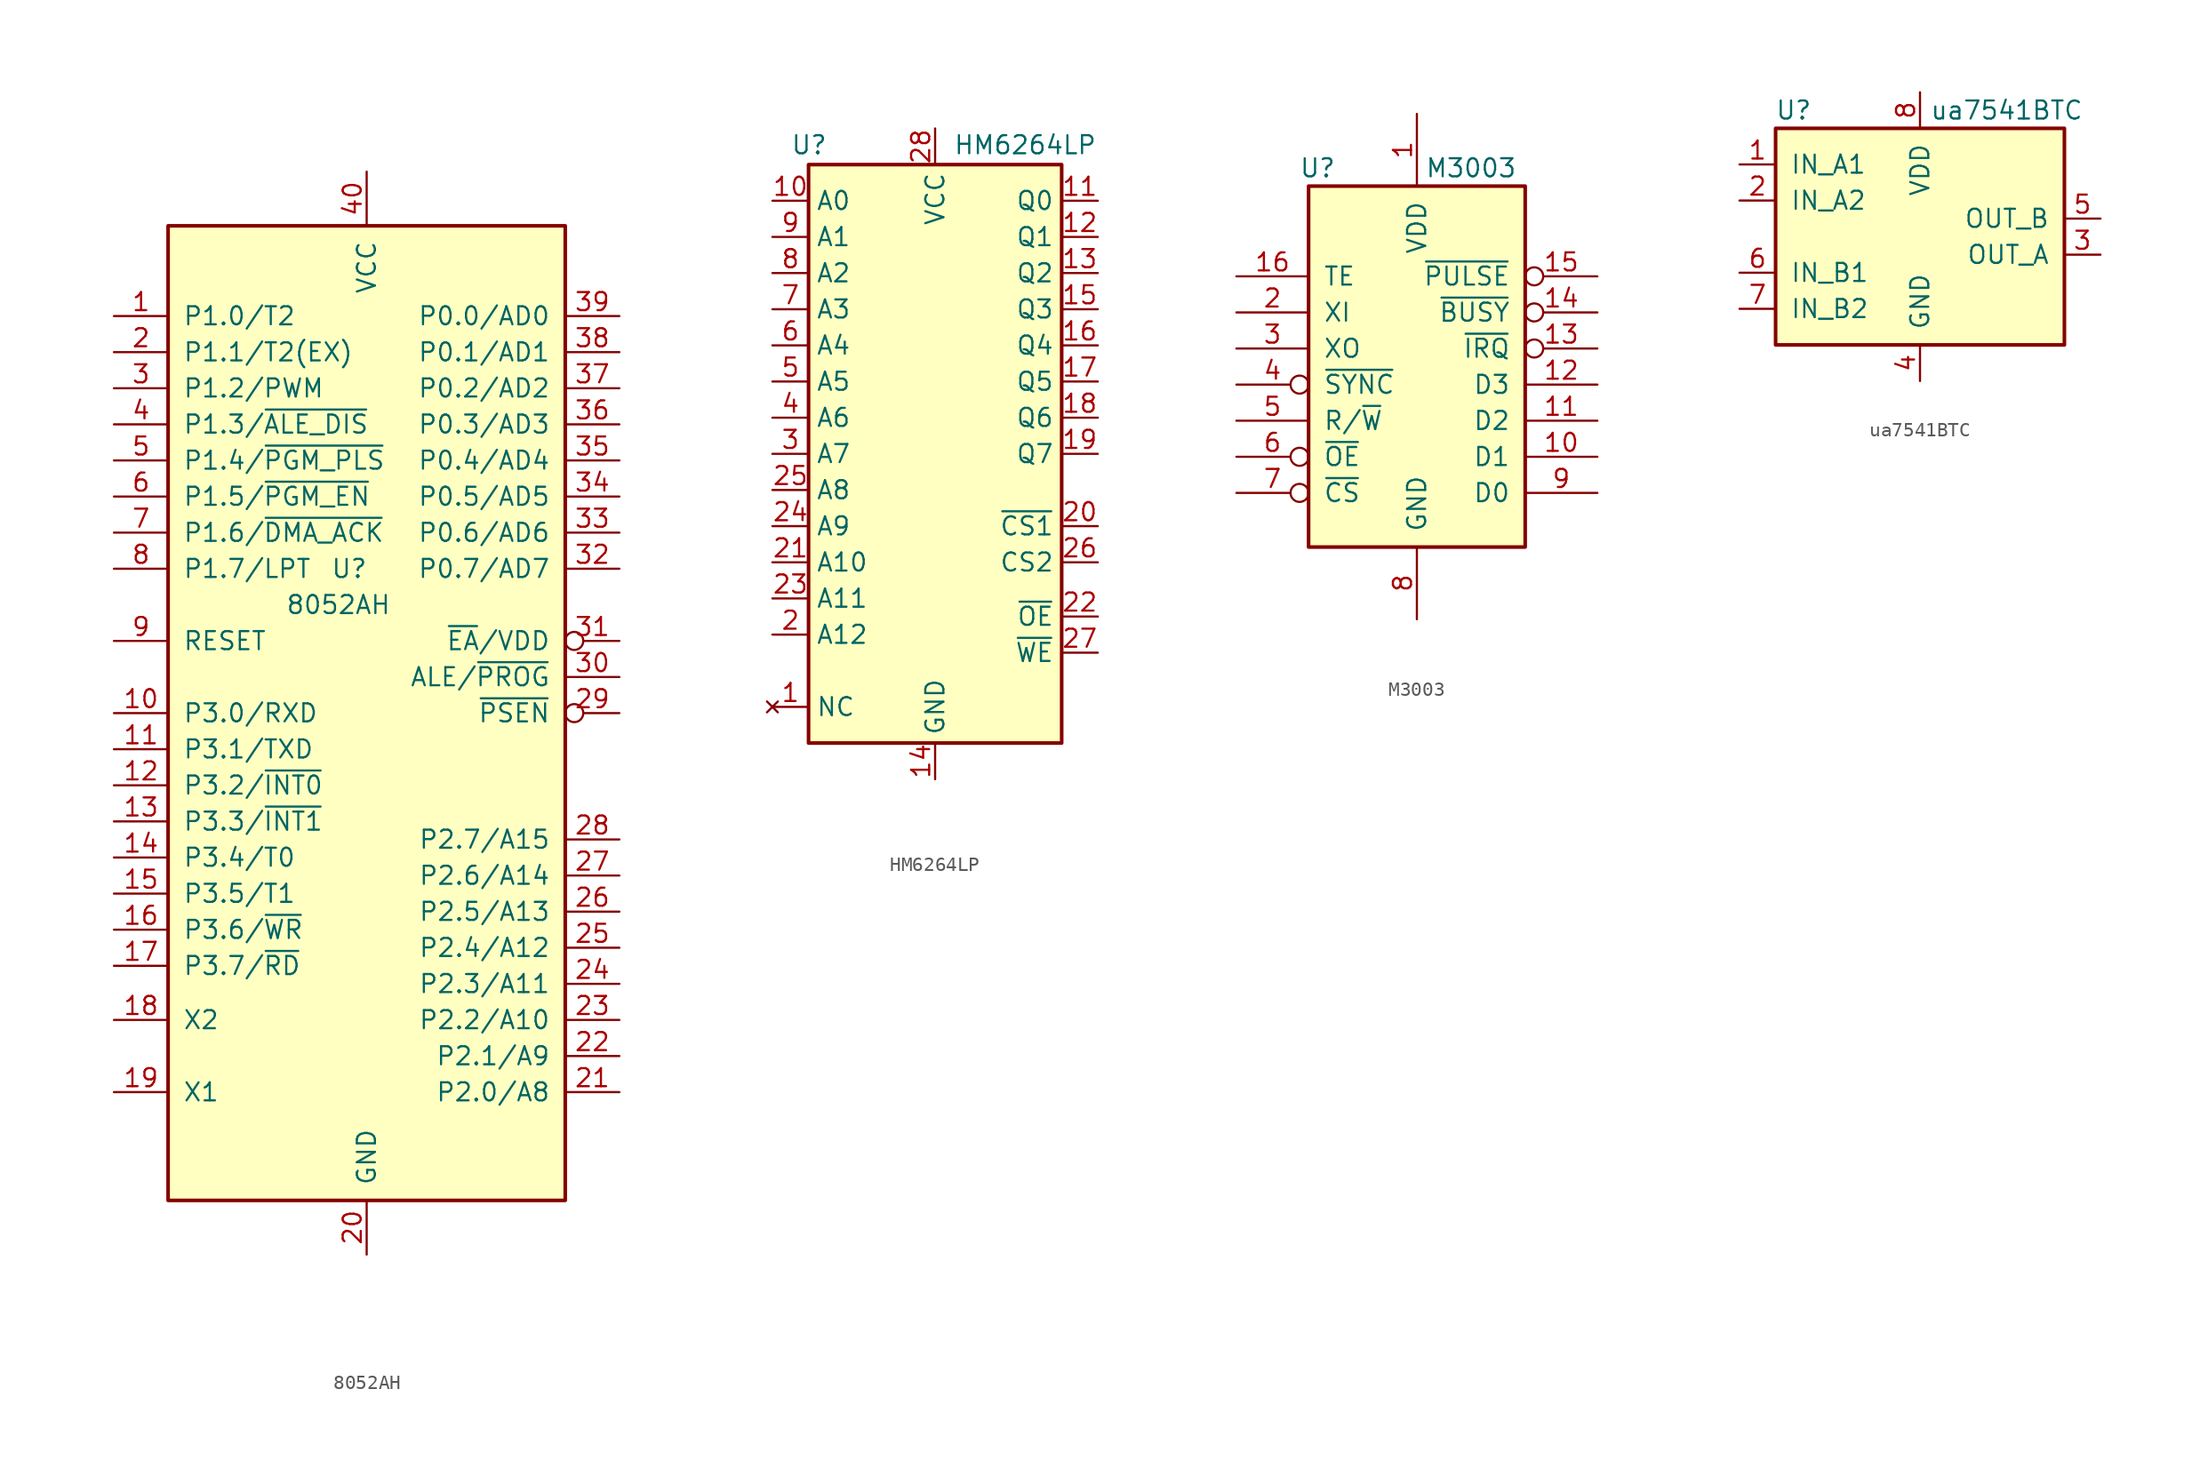
<source format=kicad_sym>
(kicad_symbol_lib
  (version 20241209)
  (generator "kicad_symbol_editor")
  (generator_version "9.0")
  (symbol "8052AH"
    (pin_names
      (offset 1.016))
    (property "Reference" "U"
      (at -2.54 10.16 0)
      (effects (font (size 1.27 1.27)) (justify left)))
    (property "Value" "8052AH"
      (at -5.715 7.62 0)
      (effects (font (size 1.27 1.27)) (justify left)))
    (symbol "8052AH_1_1"
      (rectangle (start -13.97 -34.29) (end 13.97 34.29) (stroke (width 0.254) (type solid)) (fill (type background)))
      (pin bidirectional line (at -17.78 27.94 0) (length 3.81) (name "P1.0/T2" (effects (font (size 1.27 1.27)))) (number "1" (effects (font (size 1.27 1.27)))))
      (pin bidirectional line (at -17.78 25.4 0) (length 3.81) (name "P1.1/T2(EX)" (effects (font (size 1.27 1.27)))) (number "2" (effects (font (size 1.27 1.27)))))
      (pin bidirectional line (at -17.78 22.86 0) (length 3.81) (name "P1.2/PWM" (effects (font (size 1.27 1.27)))) (number "3" (effects (font (size 1.27 1.27)))))
      (pin bidirectional line (at -17.78 20.32 0) (length 3.81) (name "P1.3/~{ALE_DIS}" (effects (font (size 1.27 1.27)))) (number "4" (effects (font (size 1.27 1.27)))))
      (pin bidirectional line (at -17.78 17.78 0) (length 3.81) (name "P1.4/~{PGM_PLS}" (effects (font (size 1.27 1.27)))) (number "5" (effects (font (size 1.27 1.27)))))
      (pin bidirectional line (at -17.78 15.24 0) (length 3.81) (name "P1.5/~{PGM_EN}" (effects (font (size 1.27 1.27)))) (number "6" (effects (font (size 1.27 1.27)))))
      (pin bidirectional line (at -17.78 12.7 0) (length 3.81) (name "P1.6/~{DMA_ACK}" (effects (font (size 1.27 1.27)))) (number "7" (effects (font (size 1.27 1.27)))))
      (pin bidirectional line (at -17.78 10.16 0) (length 3.81) (name "P1.7/LPT" (effects (font (size 1.27 1.27)))) (number "8" (effects (font (size 1.27 1.27)))))
      (pin input line (at -17.78 5.08 0) (length 3.81) (name "RESET" (effects (font (size 1.27 1.27)))) (number "9" (effects (font (size 1.27 1.27)))))
      (pin bidirectional line (at -17.78 0 0) (length 3.81) (name "P3.0/RXD" (effects (font (size 1.27 1.27)))) (number "10" (effects (font (size 1.27 1.27)))))
      (pin bidirectional line (at -17.78 -2.54 0) (length 3.81) (name "P3.1/TXD" (effects (font (size 1.27 1.27)))) (number "11" (effects (font (size 1.27 1.27)))))
      (pin bidirectional line (at -17.78 -5.08 0) (length 3.81) (name "P3.2/~{INT0}" (effects (font (size 1.27 1.27)))) (number "12" (effects (font (size 1.27 1.27)))))
      (pin bidirectional line (at -17.78 -7.62 0) (length 3.81) (name "P3.3/~{INT1}" (effects (font (size 1.27 1.27)))) (number "13" (effects (font (size 1.27 1.27)))))
      (pin bidirectional line (at -17.78 -10.16 0) (length 3.81) (name "P3.4/T0" (effects (font (size 1.27 1.27)))) (number "14" (effects (font (size 1.27 1.27)))))
      (pin bidirectional line (at -17.78 -12.7 0) (length 3.81) (name "P3.5/T1" (effects (font (size 1.27 1.27)))) (number "15" (effects (font (size 1.27 1.27)))))
      (pin bidirectional line (at -17.78 -15.24 0) (length 3.81) (name "P3.6/~{WR}" (effects (font (size 1.27 1.27)))) (number "16" (effects (font (size 1.27 1.27)))))
      (pin bidirectional line (at -17.78 -17.78 0) (length 3.81) (name "P3.7/~{RD}" (effects (font (size 1.27 1.27)))) (number "17" (effects (font (size 1.27 1.27)))))
      (pin input line (at -17.78 -21.59 0) (length 3.81) (name "X2" (effects (font (size 1.27 1.27)))) (number "18" (effects (font (size 1.27 1.27)))))
      (pin input line (at -17.78 -26.67 0) (length 3.81) (name "X1" (effects (font (size 1.27 1.27)))) (number "19" (effects (font (size 1.27 1.27)))))
      (pin power_in line (at 0 38.1 270) (length 3.81) (name "VCC" (effects (font (size 1.27 1.27)))) (number "40" (effects (font (size 1.27 1.27)))))
      (pin power_in line (at 0 -38.1 90) (length 3.81) (name "GND" (effects (font (size 1.27 1.27)))) (number "20" (effects (font (size 1.27 1.27)))))
      (pin bidirectional line (at 17.78 27.94 180) (length 3.81) (name "P0.0/AD0" (effects (font (size 1.27 1.27)))) (number "39" (effects (font (size 1.27 1.27)))))
      (pin bidirectional line (at 17.78 25.4 180) (length 3.81) (name "P0.1/AD1" (effects (font (size 1.27 1.27)))) (number "38" (effects (font (size 1.27 1.27)))))
      (pin bidirectional line (at 17.78 22.86 180) (length 3.81) (name "P0.2/AD2" (effects (font (size 1.27 1.27)))) (number "37" (effects (font (size 1.27 1.27)))))
      (pin bidirectional line (at 17.78 20.32 180) (length 3.81) (name "P0.3/AD3" (effects (font (size 1.27 1.27)))) (number "36" (effects (font (size 1.27 1.27)))))
      (pin bidirectional line (at 17.78 17.78 180) (length 3.81) (name "P0.4/AD4" (effects (font (size 1.27 1.27)))) (number "35" (effects (font (size 1.27 1.27)))))
      (pin bidirectional line (at 17.78 15.24 180) (length 3.81) (name "P0.5/AD5" (effects (font (size 1.27 1.27)))) (number "34" (effects (font (size 1.27 1.27)))))
      (pin bidirectional line (at 17.78 12.7 180) (length 3.81) (name "P0.6/AD6" (effects (font (size 1.27 1.27)))) (number "33" (effects (font (size 1.27 1.27)))))
      (pin bidirectional line (at 17.78 10.16 180) (length 3.81) (name "P0.7/AD7" (effects (font (size 1.27 1.27)))) (number "32" (effects (font (size 1.27 1.27)))))
      (pin input inverted (at 17.78 5.08 180) (length 3.81) (name "~{EA}/VDD" (effects (font (size 1.27 1.27)))) (number "31" (effects (font (size 1.27 1.27)))))
      (pin output line (at 17.78 2.54 180) (length 3.81) (name "ALE/~{PROG}" (effects (font (size 1.27 1.27)))) (number "30" (effects (font (size 1.27 1.27)))))
      (pin output inverted (at 17.78 0 180) (length 3.81) (name "~{PSEN}" (effects (font (size 1.27 1.27)))) (number "29" (effects (font (size 1.27 1.27)))))
      (pin bidirectional line (at 17.78 -8.89 180) (length 3.81) (name "P2.7/A15" (effects (font (size 1.27 1.27)))) (number "28" (effects (font (size 1.27 1.27)))))
      (pin bidirectional line (at 17.78 -11.43 180) (length 3.81) (name "P2.6/A14" (effects (font (size 1.27 1.27)))) (number "27" (effects (font (size 1.27 1.27)))))
      (pin bidirectional line (at 17.78 -13.97 180) (length 3.81) (name "P2.5/A13" (effects (font (size 1.27 1.27)))) (number "26" (effects (font (size 1.27 1.27)))))
      (pin bidirectional line (at 17.78 -16.51 180) (length 3.81) (name "P2.4/A12" (effects (font (size 1.27 1.27)))) (number "25" (effects (font (size 1.27 1.27)))))
      (pin bidirectional line (at 17.78 -19.05 180) (length 3.81) (name "P2.3/A11" (effects (font (size 1.27 1.27)))) (number "24" (effects (font (size 1.27 1.27)))))
      (pin bidirectional line (at 17.78 -21.59 180) (length 3.81) (name "P2.2/A10" (effects (font (size 1.27 1.27)))) (number "23" (effects (font (size 1.27 1.27)))))
      (pin bidirectional line (at 17.78 -24.13 180) (length 3.81) (name "P2.1/A9" (effects (font (size 1.27 1.27)))) (number "22" (effects (font (size 1.27 1.27)))))
      (pin bidirectional line (at 17.78 -26.67 180) (length 3.81) (name "P2.0/A8" (effects (font (size 1.27 1.27)))) (number "21" (effects (font (size 1.27 1.27)))))))
  (symbol "HM6264LP"
    (property "Reference" "U"
      (at -10.16 20.955 0)
      (effects (font (size 1.27 1.27)) (justify left bottom)))
    (property "Value" "HM6264LP"
      (at 1.27 20.955 0)
      (effects (font (size 1.27 1.27)) (justify left bottom)))
    (symbol "HM6264LP_0_0"
      (pin power_in line (at 0 22.86 270) (length 2.54) (name "VCC" (effects (font (size 1.27 1.27)))) (number "28" (effects (font (size 1.27 1.27)))))
      (pin power_in line (at 0 -22.86 90) (length 2.54) (name "GND" (effects (font (size 1.27 1.27)))) (number "14" (effects (font (size 1.27 1.27))))))
    (symbol "HM6264LP_0_1"
      (rectangle (start -8.89 20.32) (end 8.89 -20.32) (stroke (width 0.254) (type solid)) (fill (type background))))
    (symbol "HM6264LP_1_1"
      (pin input line (at -11.43 17.78 0) (length 2.54) (name "A0" (effects (font (size 1.27 1.27)))) (number "10" (effects (font (size 1.27 1.27)))))
      (pin input line (at -11.43 15.24 0) (length 2.54) (name "A1" (effects (font (size 1.27 1.27)))) (number "9" (effects (font (size 1.27 1.27)))))
      (pin input line (at -11.43 12.7 0) (length 2.54) (name "A2" (effects (font (size 1.27 1.27)))) (number "8" (effects (font (size 1.27 1.27)))))
      (pin input line (at -11.43 10.16 0) (length 2.54) (name "A3" (effects (font (size 1.27 1.27)))) (number "7" (effects (font (size 1.27 1.27)))))
      (pin input line (at -11.43 7.62 0) (length 2.54) (name "A4" (effects (font (size 1.27 1.27)))) (number "6" (effects (font (size 1.27 1.27)))))
      (pin input line (at -11.43 5.08 0) (length 2.54) (name "A5" (effects (font (size 1.27 1.27)))) (number "5" (effects (font (size 1.27 1.27)))))
      (pin input line (at -11.43 2.54 0) (length 2.54) (name "A6" (effects (font (size 1.27 1.27)))) (number "4" (effects (font (size 1.27 1.27)))))
      (pin input line (at -11.43 0 0) (length 2.54) (name "A7" (effects (font (size 1.27 1.27)))) (number "3" (effects (font (size 1.27 1.27)))))
      (pin input line (at -11.43 -2.54 0) (length 2.54) (name "A8" (effects (font (size 1.27 1.27)))) (number "25" (effects (font (size 1.27 1.27)))))
      (pin input line (at -11.43 -5.08 0) (length 2.54) (name "A9" (effects (font (size 1.27 1.27)))) (number "24" (effects (font (size 1.27 1.27)))))
      (pin input line (at -11.43 -7.62 0) (length 2.54) (name "A10" (effects (font (size 1.27 1.27)))) (number "21" (effects (font (size 1.27 1.27)))))
      (pin input line (at -11.43 -10.16 0) (length 2.54) (name "A11" (effects (font (size 1.27 1.27)))) (number "23" (effects (font (size 1.27 1.27)))))
      (pin input line (at -11.43 -12.7 0) (length 2.54) (name "A12" (effects (font (size 1.27 1.27)))) (number "2" (effects (font (size 1.27 1.27)))))
      (pin no_connect line (at -11.43 -17.78 0) (length 2.54) (name "NC" (effects (font (size 1.27 1.27)))) (number "1" (effects (font (size 1.27 1.27)))))
      (pin tri_state line (at 11.43 17.78 180) (length 2.54) (name "Q0" (effects (font (size 1.27 1.27)))) (number "11" (effects (font (size 1.27 1.27)))))
      (pin tri_state line (at 11.43 15.24 180) (length 2.54) (name "Q1" (effects (font (size 1.27 1.27)))) (number "12" (effects (font (size 1.27 1.27)))))
      (pin tri_state line (at 11.43 12.7 180) (length 2.54) (name "Q2" (effects (font (size 1.27 1.27)))) (number "13" (effects (font (size 1.27 1.27)))))
      (pin tri_state line (at 11.43 10.16 180) (length 2.54) (name "Q3" (effects (font (size 1.27 1.27)))) (number "15" (effects (font (size 1.27 1.27)))))
      (pin tri_state line (at 11.43 7.62 180) (length 2.54) (name "Q4" (effects (font (size 1.27 1.27)))) (number "16" (effects (font (size 1.27 1.27)))))
      (pin tri_state line (at 11.43 5.08 180) (length 2.54) (name "Q5" (effects (font (size 1.27 1.27)))) (number "17" (effects (font (size 1.27 1.27)))))
      (pin tri_state line (at 11.43 2.54 180) (length 2.54) (name "Q6" (effects (font (size 1.27 1.27)))) (number "18" (effects (font (size 1.27 1.27)))))
      (pin tri_state line (at 11.43 0 180) (length 2.54) (name "Q7" (effects (font (size 1.27 1.27)))) (number "19" (effects (font (size 1.27 1.27)))))
      (pin input line (at 11.43 -5.08 180) (length 2.54) (name "~{CS1}" (effects (font (size 1.27 1.27)))) (number "20" (effects (font (size 1.27 1.27)))))
      (pin input line (at 11.43 -7.62 180) (length 2.54) (name "CS2" (effects (font (size 1.27 1.27)))) (number "26" (effects (font (size 1.27 1.27)))))
      (pin input line (at 11.43 -11.43 180) (length 2.54) (name "~{OE}" (effects (font (size 1.27 1.27)))) (number "22" (effects (font (size 1.27 1.27)))))
      (pin input line (at 11.43 -13.97 180) (length 2.54) (name "~{WE}" (effects (font (size 1.27 1.27)))) (number "27" (effects (font (size 1.27 1.27)))))))
  (symbol "M3003"
    (pin_names
      (offset 1.016))
    (property "Reference" "U"
      (at -6.985 13.97 0)
      (effects (font (size 1.27 1.27))))
    (property "Value" "M3003"
      (at 3.81 13.97 0)
      (effects (font (size 1.27 1.27))))
    (property "ki_locked" ""
      (at 0 0 0)
      (effects (font (size 1.27 1.27))))
    (symbol "M3003_1_0"
      (pin input line (at -12.7 6.35 0) (length 5.08) (name "TE" (effects (font (size 1.27 1.27)))) (number "16" (effects (font (size 1.27 1.27)))))
      (pin input line (at -12.7 3.81 0) (length 5.08) (name "XI" (effects (font (size 1.27 1.27)))) (number "2" (effects (font (size 1.27 1.27)))))
      (pin output line (at -12.7 1.27 0) (length 5.08) (name "XO" (effects (font (size 1.27 1.27)))) (number "3" (effects (font (size 1.27 1.27)))))
      (pin input line (at -12.7 -3.81 0) (length 5.08) (name "R/~{W}" (effects (font (size 1.27 1.27)))) (number "5" (effects (font (size 1.27 1.27)))))
      (pin input inverted (at -12.7 -6.35 0) (length 5.08) (name "~{OE}" (effects (font (size 1.27 1.27)))) (number "6" (effects (font (size 1.27 1.27)))))
      (pin input inverted (at -12.7 -8.89 0) (length 5.08) (name "~{CS}" (effects (font (size 1.27 1.27)))) (number "7" (effects (font (size 1.27 1.27)))))
      (pin power_in line (at 0 17.78 270) (length 5.08) (name "VDD" (effects (font (size 1.27 1.27)))) (number "1" (effects (font (size 1.27 1.27)))))
      (pin power_in line (at 0 -17.78 90) (length 5.08) (name "GND" (effects (font (size 1.27 1.27)))) (number "8" (effects (font (size 1.27 1.27)))))
      (pin output inverted (at 12.7 6.35 180) (length 5.08) (name "~{PULSE}" (effects (font (size 1.27 1.27)))) (number "15" (effects (font (size 1.27 1.27)))))
      (pin output inverted (at 12.7 3.81 180) (length 5.08) (name "~{BUSY}" (effects (font (size 1.27 1.27)))) (number "14" (effects (font (size 1.27 1.27)))))
      (pin output inverted (at 12.7 1.27 180) (length 5.08) (name "~{IRQ}" (effects (font (size 1.27 1.27)))) (number "13" (effects (font (size 1.27 1.27)))))
      (pin bidirectional line (at 12.7 -1.27 180) (length 5.08) (name "D3" (effects (font (size 1.27 1.27)))) (number "12" (effects (font (size 1.27 1.27)))))
      (pin bidirectional line (at 12.7 -3.81 180) (length 5.08) (name "D2" (effects (font (size 1.27 1.27)))) (number "11" (effects (font (size 1.27 1.27)))))
      (pin bidirectional line (at 12.7 -6.35 180) (length 5.08) (name "D1" (effects (font (size 1.27 1.27)))) (number "10" (effects (font (size 1.27 1.27)))))
      (pin bidirectional line (at 12.7 -8.89 180) (length 5.08) (name "D0" (effects (font (size 1.27 1.27)))) (number "9" (effects (font (size 1.27 1.27))))))
    (symbol "M3003_1_1"
      (rectangle (start -7.62 12.7) (end 7.62 -12.7) (stroke (width 0.254) (type solid)) (fill (type background)))
      (pin input inverted (at -12.7 -1.27 0) (length 5.08) (name "~{SYNC}" (effects (font (size 1.27 1.27)))) (number "4" (effects (font (size 1.27 1.27)))))))
  (symbol "ua7541BTC"
    (pin_names
      (offset 1.016))
    (property "Reference" "U"
      (at -8.89 8.89 0)
      (effects (font (size 1.27 1.27))))
    (property "Value" "ua7541BTC"
      (at 6.096 8.89 0)
      (effects (font (size 1.27 1.27))))
    (symbol "ua7541BTC_1_1"
      (rectangle (start -10.16 7.62) (end 10.16 -7.62) (stroke (width 0.254) (type solid)) (fill (type background)))
      (pin input line (at -12.7 5.08 0) (length 2.54) (name "IN_A1" (effects (font (size 1.27 1.27)))) (number "1" (effects (font (size 1.27 1.27)))))
      (pin input line (at -12.7 2.54 0) (length 2.54) (name "IN_A2" (effects (font (size 1.27 1.27)))) (number "2" (effects (font (size 1.27 1.27)))))
      (pin input line (at -12.7 -2.54 0) (length 2.54) (name "IN_B1" (effects (font (size 1.27 1.27)))) (number "6" (effects (font (size 1.27 1.27)))))
      (pin input line (at -12.7 -5.08 0) (length 2.54) (name "IN_B2" (effects (font (size 1.27 1.27)))) (number "7" (effects (font (size 1.27 1.27)))))
      (pin power_in line (at 0 10.16 270) (length 2.54) (name "VDD" (effects (font (size 1.27 1.27)))) (number "8" (effects (font (size 1.27 1.27)))))
      (pin power_in line (at 0 -10.16 90) (length 2.54) (name "GND" (effects (font (size 1.27 1.27)))) (number "4" (effects (font (size 1.27 1.27)))))
      (pin output line (at 12.7 1.27 180) (length 2.54) (name "OUT_B" (effects (font (size 1.27 1.27)))) (number "5" (effects (font (size 1.27 1.27)))))
      (pin output line (at 12.7 -1.27 180) (length 2.54) (name "OUT_A" (effects (font (size 1.27 1.27)))) (number "3" (effects (font (size 1.27 1.27))))))))
</source>
